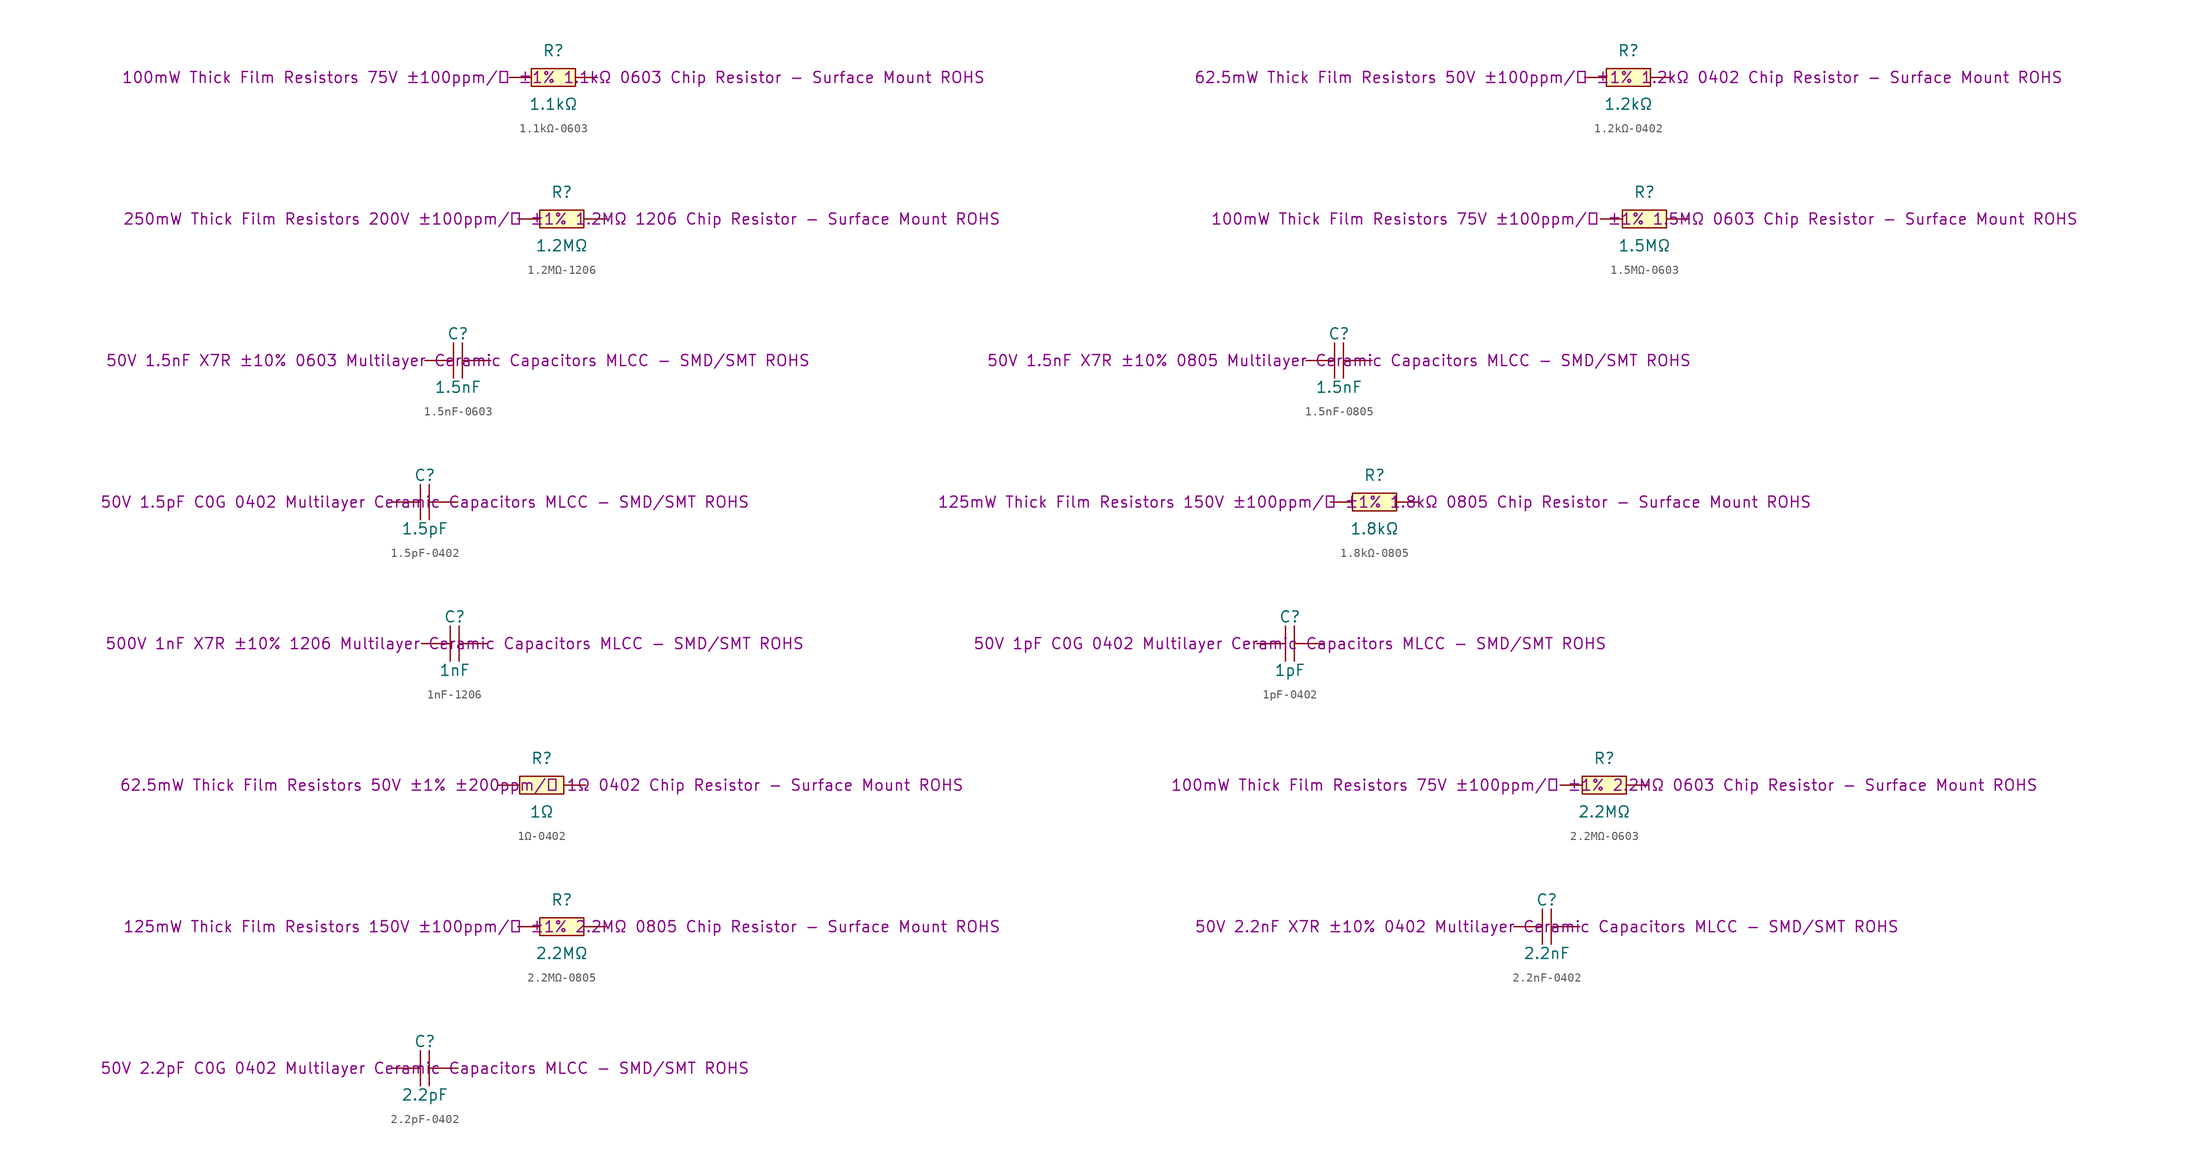
<source format=kicad_sym>
(kicad_symbol_lib
  (version 20241209)
  (generator "kicad_symbol_editor")
  (generator_version "9.0")
  (symbol "1.1kΩ-0603"
    (pin_numbers
      (hide yes))
    (pin_names
      (hide yes))
    (property "Reference" "R"
      (at 0 3.08 0)
      (effects (font (size 1.27 1.27))))
    (property "Value" "1.1kΩ"
      (at 0 -3.08 0)
      (effects (font (size 1.27 1.27))))
    (property "Description" "100mW Thick Film Resistors 75V ±100ppm/℃ ±1% 1.1kΩ 0603 Chip Resistor - Surface Mount ROHS"
      (at 0 0 0)
      (effects (font (size 1.27 1.27))))
    (symbol "1.1kΩ-0603_0_1"
      (rectangle (start -2.54 1.02) (end 2.54 -1.02) (stroke (width 0) (type default)) (fill (type background)))
      (pin input line (at -5.08 0 0) (length 2.54) (name "1" (effects (font (size 1.27 1.27)))) (number "1" (effects (font (size 1.27 1.27)))))
      (pin input line (at 5.08 0 180) (length 2.54) (name "2" (effects (font (size 1.27 1.27)))) (number "2" (effects (font (size 1.27 1.27)))))))
  (symbol "1.2kΩ-0402"
    (pin_numbers
      (hide yes))
    (pin_names
      (hide yes))
    (property "Reference" "R"
      (at 0 3.08 0)
      (effects (font (size 1.27 1.27))))
    (property "Value" "1.2kΩ"
      (at 0 -3.08 0)
      (effects (font (size 1.27 1.27))))
    (property "Description" "62.5mW Thick Film Resistors 50V ±100ppm/℃ ±1% 1.2kΩ 0402 Chip Resistor - Surface Mount ROHS"
      (at 0 0 0)
      (effects (font (size 1.27 1.27))))
    (symbol "1.2kΩ-0402_0_1"
      (rectangle (start -2.54 1.02) (end 2.54 -1.02) (stroke (width 0) (type default)) (fill (type background)))
      (pin input line (at -5.08 0 0) (length 2.54) (name "1" (effects (font (size 1.27 1.27)))) (number "1" (effects (font (size 1.27 1.27)))))
      (pin input line (at 5.08 0 180) (length 2.54) (name "2" (effects (font (size 1.27 1.27)))) (number "2" (effects (font (size 1.27 1.27)))))))
  (symbol "1.2MΩ-1206"
    (pin_numbers
      (hide yes))
    (pin_names
      (hide yes))
    (property "Reference" "R"
      (at 0 3.08 0)
      (effects (font (size 1.27 1.27))))
    (property "Value" "1.2MΩ"
      (at 0 -3.08 0)
      (effects (font (size 1.27 1.27))))
    (property "Description" "250mW Thick Film Resistors 200V ±100ppm/℃ ±1% 1.2MΩ 1206 Chip Resistor - Surface Mount ROHS"
      (at 0 0 0)
      (effects (font (size 1.27 1.27))))
    (symbol "1.2MΩ-1206_0_1"
      (rectangle (start -2.54 1.02) (end 2.54 -1.02) (stroke (width 0) (type default)) (fill (type background)))
      (pin input line (at -5.08 0 0) (length 2.54) (name "1" (effects (font (size 1.27 1.27)))) (number "1" (effects (font (size 1.27 1.27)))))
      (pin input line (at 5.08 0 180) (length 2.54) (name "2" (effects (font (size 1.27 1.27)))) (number "2" (effects (font (size 1.27 1.27)))))))
  (symbol "1.5MΩ-0603"
    (pin_numbers
      (hide yes))
    (pin_names
      (hide yes))
    (property "Reference" "R"
      (at 0 3.08 0)
      (effects (font (size 1.27 1.27))))
    (property "Value" "1.5MΩ"
      (at 0 -3.08 0)
      (effects (font (size 1.27 1.27))))
    (property "Description" "100mW Thick Film Resistors 75V ±100ppm/℃ ±1% 1.5MΩ 0603 Chip Resistor - Surface Mount ROHS"
      (at 0 0 0)
      (effects (font (size 1.27 1.27))))
    (symbol "1.5MΩ-0603_0_1"
      (rectangle (start -2.54 1.02) (end 2.54 -1.02) (stroke (width 0) (type default)) (fill (type background)))
      (pin input line (at -5.08 0 0) (length 2.54) (name "1" (effects (font (size 1.27 1.27)))) (number "1" (effects (font (size 1.27 1.27)))))
      (pin input line (at 5.08 0 180) (length 2.54) (name "2" (effects (font (size 1.27 1.27)))) (number "2" (effects (font (size 1.27 1.27)))))))
  (symbol "1.5nF-0603"
    (pin_numbers
      (hide yes))
    (pin_names
      (hide yes))
    (property "Reference" "C"
      (at 0 3.08 0)
      (effects (font (size 1.27 1.27))))
    (property "Value" "1.5nF"
      (at 0 -3.08 0)
      (effects (font (size 1.27 1.27))))
    (property "Description" "50V 1.5nF X7R ±10% 0603 Multilayer Ceramic Capacitors MLCC - SMD/SMT ROHS"
      (at 0 0 0)
      (effects (font (size 1.27 1.27))))
    (symbol "1.5nF-0603_0_1"
      (polyline (pts (xy -1.27 0) (xy -0.51 0)) (stroke (width 0) (type default)) (fill (type none)))
      (polyline (pts (xy -0.51 2.03) (xy -0.51 -2.03)) (stroke (width 0) (type default)) (fill (type none)))
      (polyline (pts (xy 0.51 2.03) (xy 0.51 -2.03)) (stroke (width 0) (type default)) (fill (type none)))
      (polyline (pts (xy 0.51 0) (xy 1.27 0)) (stroke (width 0) (type default)) (fill (type none)))
      (pin input line (at -3.81 0 0) (length 2.54) (name "1" (effects (font (size 1.27 1.27)))) (number "1" (effects (font (size 1.27 1.27)))))
      (pin input line (at 3.81 0 180) (length 2.54) (name "2" (effects (font (size 1.27 1.27)))) (number "2" (effects (font (size 1.27 1.27)))))))
  (symbol "1.5nF-0805"
    (pin_numbers
      (hide yes))
    (pin_names
      (hide yes))
    (property "Reference" "C"
      (at 0 3.08 0)
      (effects (font (size 1.27 1.27))))
    (property "Value" "1.5nF"
      (at 0 -3.08 0)
      (effects (font (size 1.27 1.27))))
    (property "Description" "50V 1.5nF X7R ±10% 0805 Multilayer Ceramic Capacitors MLCC - SMD/SMT ROHS"
      (at 0 0 0)
      (effects (font (size 1.27 1.27))))
    (symbol "1.5nF-0805_0_1"
      (polyline (pts (xy -1.27 0) (xy -0.51 0)) (stroke (width 0) (type default)) (fill (type none)))
      (polyline (pts (xy -0.51 2.03) (xy -0.51 -2.03)) (stroke (width 0) (type default)) (fill (type none)))
      (polyline (pts (xy 0.51 2.03) (xy 0.51 -2.03)) (stroke (width 0) (type default)) (fill (type none)))
      (polyline (pts (xy 0.51 0) (xy 1.27 0)) (stroke (width 0) (type default)) (fill (type none)))
      (pin input line (at -3.81 0 0) (length 2.54) (name "1" (effects (font (size 1.27 1.27)))) (number "1" (effects (font (size 1.27 1.27)))))
      (pin input line (at 3.81 0 180) (length 2.54) (name "2" (effects (font (size 1.27 1.27)))) (number "2" (effects (font (size 1.27 1.27)))))))
  (symbol "1.5pF-0402"
    (pin_numbers
      (hide yes))
    (pin_names
      (hide yes))
    (property "Reference" "C"
      (at 0 3.08 0)
      (effects (font (size 1.27 1.27))))
    (property "Value" "1.5pF"
      (at 0 -3.08 0)
      (effects (font (size 1.27 1.27))))
    (property "Description" "50V 1.5pF C0G 0402 Multilayer Ceramic Capacitors MLCC - SMD/SMT ROHS"
      (at 0 0 0)
      (effects (font (size 1.27 1.27))))
    (symbol "1.5pF-0402_0_1"
      (polyline (pts (xy -1.27 0) (xy -0.51 0)) (stroke (width 0) (type default)) (fill (type none)))
      (polyline (pts (xy -0.51 2.03) (xy -0.51 -2.03)) (stroke (width 0) (type default)) (fill (type none)))
      (polyline (pts (xy 0.51 2.03) (xy 0.51 -2.03)) (stroke (width 0) (type default)) (fill (type none)))
      (polyline (pts (xy 0.51 0) (xy 1.27 0)) (stroke (width 0) (type default)) (fill (type none)))
      (pin input line (at -3.81 0 0) (length 2.54) (name "1" (effects (font (size 1.27 1.27)))) (number "1" (effects (font (size 1.27 1.27)))))
      (pin input line (at 3.81 0 180) (length 2.54) (name "2" (effects (font (size 1.27 1.27)))) (number "2" (effects (font (size 1.27 1.27)))))))
  (symbol "1.8kΩ-0805"
    (pin_numbers
      (hide yes))
    (pin_names
      (hide yes))
    (property "Reference" "R"
      (at 0 3.08 0)
      (effects (font (size 1.27 1.27))))
    (property "Value" "1.8kΩ"
      (at 0 -3.08 0)
      (effects (font (size 1.27 1.27))))
    (property "Description" "125mW Thick Film Resistors 150V ±100ppm/℃ ±1% 1.8kΩ 0805 Chip Resistor - Surface Mount ROHS"
      (at 0 0 0)
      (effects (font (size 1.27 1.27))))
    (symbol "1.8kΩ-0805_0_1"
      (rectangle (start -2.54 1.02) (end 2.54 -1.02) (stroke (width 0) (type default)) (fill (type background)))
      (pin input line (at -5.08 0 0) (length 2.54) (name "1" (effects (font (size 1.27 1.27)))) (number "1" (effects (font (size 1.27 1.27)))))
      (pin input line (at 5.08 0 180) (length 2.54) (name "2" (effects (font (size 1.27 1.27)))) (number "2" (effects (font (size 1.27 1.27)))))))
  (symbol "1nF-1206"
    (pin_numbers
      (hide yes))
    (pin_names
      (hide yes))
    (property "Reference" "C"
      (at 0 3.08 0)
      (effects (font (size 1.27 1.27))))
    (property "Value" "1nF"
      (at 0 -3.08 0)
      (effects (font (size 1.27 1.27))))
    (property "Description" "500V 1nF X7R ±10% 1206 Multilayer Ceramic Capacitors MLCC - SMD/SMT ROHS"
      (at 0 0 0)
      (effects (font (size 1.27 1.27))))
    (symbol "1nF-1206_0_1"
      (polyline (pts (xy -1.27 0) (xy -0.51 0)) (stroke (width 0) (type default)) (fill (type none)))
      (polyline (pts (xy -0.51 2.03) (xy -0.51 -2.03)) (stroke (width 0) (type default)) (fill (type none)))
      (polyline (pts (xy 0.51 2.03) (xy 0.51 -2.03)) (stroke (width 0) (type default)) (fill (type none)))
      (polyline (pts (xy 0.51 0) (xy 1.27 0)) (stroke (width 0) (type default)) (fill (type none)))
      (pin input line (at -3.81 0 0) (length 2.54) (name "1" (effects (font (size 1.27 1.27)))) (number "1" (effects (font (size 1.27 1.27)))))
      (pin input line (at 3.81 0 180) (length 2.54) (name "2" (effects (font (size 1.27 1.27)))) (number "2" (effects (font (size 1.27 1.27)))))))
  (symbol "1pF-0402"
    (pin_numbers
      (hide yes))
    (pin_names
      (hide yes))
    (property "Reference" "C"
      (at 0 3.08 0)
      (effects (font (size 1.27 1.27))))
    (property "Value" "1pF"
      (at 0 -3.08 0)
      (effects (font (size 1.27 1.27))))
    (property "Description" "50V 1pF C0G 0402 Multilayer Ceramic Capacitors MLCC - SMD/SMT ROHS"
      (at 0 0 0)
      (effects (font (size 1.27 1.27))))
    (symbol "1pF-0402_0_1"
      (polyline (pts (xy -1.27 0) (xy -0.51 0)) (stroke (width 0) (type default)) (fill (type none)))
      (polyline (pts (xy -0.51 2.03) (xy -0.51 -2.03)) (stroke (width 0) (type default)) (fill (type none)))
      (polyline (pts (xy 0.51 2.03) (xy 0.51 -2.03)) (stroke (width 0) (type default)) (fill (type none)))
      (polyline (pts (xy 0.51 0) (xy 1.27 0)) (stroke (width 0) (type default)) (fill (type none)))
      (pin input line (at -3.81 0 0) (length 2.54) (name "1" (effects (font (size 1.27 1.27)))) (number "1" (effects (font (size 1.27 1.27)))))
      (pin input line (at 3.81 0 180) (length 2.54) (name "2" (effects (font (size 1.27 1.27)))) (number "2" (effects (font (size 1.27 1.27)))))))
  (symbol "1Ω-0402"
    (pin_numbers
      (hide yes))
    (pin_names
      (hide yes))
    (property "Reference" "R"
      (at 0 3.08 0)
      (effects (font (size 1.27 1.27))))
    (property "Value" "1Ω"
      (at 0 -3.08 0)
      (effects (font (size 1.27 1.27))))
    (property "Description" "62.5mW Thick Film Resistors 50V ±1% ±200ppm/℃ 1Ω 0402 Chip Resistor - Surface Mount ROHS"
      (at 0 0 0)
      (effects (font (size 1.27 1.27))))
    (symbol "1Ω-0402_0_1"
      (rectangle (start -2.54 1.02) (end 2.54 -1.02) (stroke (width 0) (type default)) (fill (type background)))
      (pin input line (at -5.08 0 0) (length 2.54) (name "1" (effects (font (size 1.27 1.27)))) (number "1" (effects (font (size 1.27 1.27)))))
      (pin input line (at 5.08 0 180) (length 2.54) (name "2" (effects (font (size 1.27 1.27)))) (number "2" (effects (font (size 1.27 1.27)))))))
  (symbol "2.2MΩ-0603"
    (pin_numbers
      (hide yes))
    (pin_names
      (hide yes))
    (property "Reference" "R"
      (at 0 3.08 0)
      (effects (font (size 1.27 1.27))))
    (property "Value" "2.2MΩ"
      (at 0 -3.08 0)
      (effects (font (size 1.27 1.27))))
    (property "Description" "100mW Thick Film Resistors 75V ±100ppm/℃ ±1% 2.2MΩ 0603 Chip Resistor - Surface Mount ROHS"
      (at 0 0 0)
      (effects (font (size 1.27 1.27))))
    (symbol "2.2MΩ-0603_0_1"
      (rectangle (start -2.54 1.02) (end 2.54 -1.02) (stroke (width 0) (type default)) (fill (type background)))
      (pin input line (at -5.08 0 0) (length 2.54) (name "1" (effects (font (size 1.27 1.27)))) (number "1" (effects (font (size 1.27 1.27)))))
      (pin input line (at 5.08 0 180) (length 2.54) (name "2" (effects (font (size 1.27 1.27)))) (number "2" (effects (font (size 1.27 1.27)))))))
  (symbol "2.2MΩ-0805"
    (pin_numbers
      (hide yes))
    (pin_names
      (hide yes))
    (property "Reference" "R"
      (at 0 3.08 0)
      (effects (font (size 1.27 1.27))))
    (property "Value" "2.2MΩ"
      (at 0 -3.08 0)
      (effects (font (size 1.27 1.27))))
    (property "Description" "125mW Thick Film Resistors 150V ±100ppm/℃ ±1% 2.2MΩ 0805 Chip Resistor - Surface Mount ROHS"
      (at 0 0 0)
      (effects (font (size 1.27 1.27))))
    (symbol "2.2MΩ-0805_0_1"
      (rectangle (start -2.54 1.02) (end 2.54 -1.02) (stroke (width 0) (type default)) (fill (type background)))
      (pin input line (at -5.08 0 0) (length 2.54) (name "1" (effects (font (size 1.27 1.27)))) (number "1" (effects (font (size 1.27 1.27)))))
      (pin input line (at 5.08 0 180) (length 2.54) (name "2" (effects (font (size 1.27 1.27)))) (number "2" (effects (font (size 1.27 1.27)))))))
  (symbol "2.2nF-0402"
    (pin_numbers
      (hide yes))
    (pin_names
      (hide yes))
    (property "Reference" "C"
      (at 0 3.08 0)
      (effects (font (size 1.27 1.27))))
    (property "Value" "2.2nF"
      (at 0 -3.08 0)
      (effects (font (size 1.27 1.27))))
    (property "Description" "50V 2.2nF X7R ±10% 0402 Multilayer Ceramic Capacitors MLCC - SMD/SMT ROHS"
      (at 0 0 0)
      (effects (font (size 1.27 1.27))))
    (symbol "2.2nF-0402_0_1"
      (polyline (pts (xy -1.27 0) (xy -0.51 0)) (stroke (width 0) (type default)) (fill (type none)))
      (polyline (pts (xy -0.51 2.03) (xy -0.51 -2.03)) (stroke (width 0) (type default)) (fill (type none)))
      (polyline (pts (xy 0.51 2.03) (xy 0.51 -2.03)) (stroke (width 0) (type default)) (fill (type none)))
      (polyline (pts (xy 0.51 0) (xy 1.27 0)) (stroke (width 0) (type default)) (fill (type none)))
      (pin input line (at -3.81 0 0) (length 2.54) (name "1" (effects (font (size 1.27 1.27)))) (number "1" (effects (font (size 1.27 1.27)))))
      (pin input line (at 3.81 0 180) (length 2.54) (name "2" (effects (font (size 1.27 1.27)))) (number "2" (effects (font (size 1.27 1.27)))))))
  (symbol "2.2pF-0402"
    (pin_numbers
      (hide yes))
    (pin_names
      (hide yes))
    (property "Reference" "C"
      (at 0 3.08 0)
      (effects (font (size 1.27 1.27))))
    (property "Value" "2.2pF"
      (at 0 -3.08 0)
      (effects (font (size 1.27 1.27))))
    (property "Description" "50V 2.2pF C0G 0402 Multilayer Ceramic Capacitors MLCC - SMD/SMT ROHS"
      (at 0 0 0)
      (effects (font (size 1.27 1.27))))
    (symbol "2.2pF-0402_0_1"
      (polyline (pts (xy -1.27 0) (xy -0.51 0)) (stroke (width 0) (type default)) (fill (type none)))
      (polyline (pts (xy -0.51 2.03) (xy -0.51 -2.03)) (stroke (width 0) (type default)) (fill (type none)))
      (polyline (pts (xy 0.51 2.03) (xy 0.51 -2.03)) (stroke (width 0) (type default)) (fill (type none)))
      (polyline (pts (xy 0.51 0) (xy 1.27 0)) (stroke (width 0) (type default)) (fill (type none)))
      (pin input line (at -3.81 0 0) (length 2.54) (name "1" (effects (font (size 1.27 1.27)))) (number "1" (effects (font (size 1.27 1.27)))))
      (pin input line (at 3.81 0 180) (length 2.54) (name "2" (effects (font (size 1.27 1.27)))) (number "2" (effects (font (size 1.27 1.27))))))))
</source>
